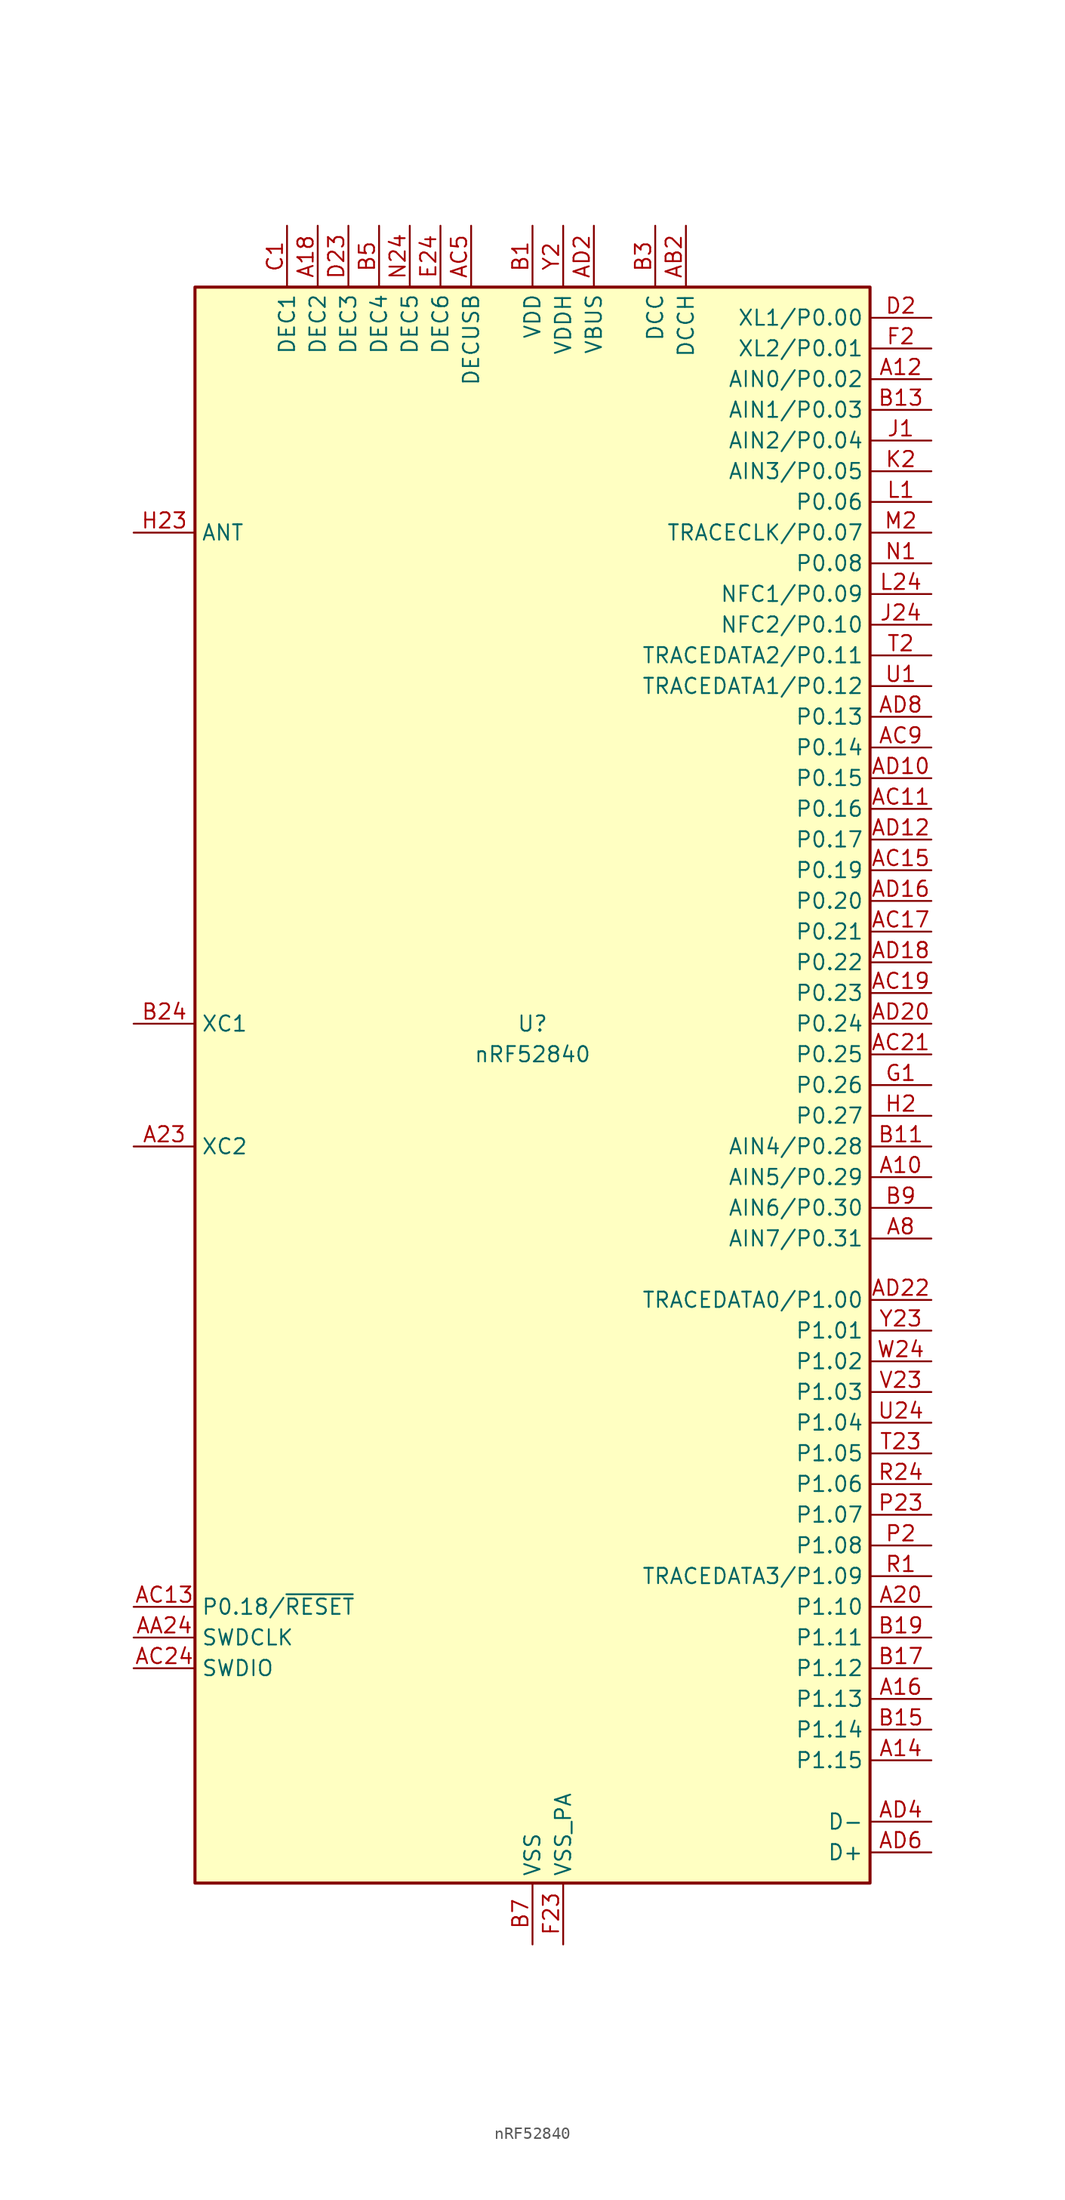
<source format=kicad_sym>
(kicad_symbol_lib
  (version 20220914)
  (generator kicad_symbol_editor)
  (symbol "nRF52840"
    (property "Reference" "U"
      (at 0 5.08 0)
      (effects (font (size 1.27 1.27))))
    (property "Value" "nRF52840"
      (at 0 2.54 0)
      (effects (font (size 1.27 1.27))))
    (symbol "nRF52840_0_1"
      (rectangle (start -27.94 66.04) (end 27.94 -66.04) (stroke (width 0.254) (type default)) (fill (type background))))
    (symbol "nRF52840_1_1"
      (pin bidirectional line (at 33.02 -7.62 180) (length 5.08) (name "AIN5/P0.29" (effects (font (size 1.27 1.27)))) (number "A10" (effects (font (size 1.27 1.27)))))
      (pin bidirectional line (at 33.02 58.42 180) (length 5.08) (name "AIN0/P0.02" (effects (font (size 1.27 1.27)))) (number "A12" (effects (font (size 1.27 1.27)))))
      (pin bidirectional line (at 33.02 -55.88 180) (length 5.08) (name "P1.15" (effects (font (size 1.27 1.27)))) (number "A14" (effects (font (size 1.27 1.27)))))
      (pin bidirectional line (at 33.02 -50.8 180) (length 5.08) (name "P1.13" (effects (font (size 1.27 1.27)))) (number "A16" (effects (font (size 1.27 1.27)))))
      (pin passive line (at -17.78 71.12 270) (length 5.08) (name "DEC2" (effects (font (size 1.27 1.27)))) (number "A18" (effects (font (size 1.27 1.27)))))
      (pin bidirectional line (at 33.02 -43.18 180) (length 5.08) (name "P1.10" (effects (font (size 1.27 1.27)))) (number "A20" (effects (font (size 1.27 1.27)))))
      (pin passive line (at 0 71.12 270) (length 5.08) hide (name "VDD" (effects (font (size 1.27 1.27)))) (number "A22" (effects (font (size 1.27 1.27)))))
      (pin input line (at -33.02 -5.08 0) (length 5.08) (name "XC2" (effects (font (size 1.27 1.27)))) (number "A23" (effects (font (size 1.27 1.27)))))
      (pin bidirectional line (at 33.02 -12.7 180) (length 5.08) (name "AIN7/P0.31" (effects (font (size 1.27 1.27)))) (number "A8" (effects (font (size 1.27 1.27)))))
      (pin input line (at -33.02 -45.72 0) (length 5.08) (name "SWDCLK" (effects (font (size 1.27 1.27)))) (number "AA24" (effects (font (size 1.27 1.27)))))
      (pin power_out line (at 12.7 71.12 270) (length 5.08) (name "DCCH" (effects (font (size 1.27 1.27)))) (number "AB2" (effects (font (size 1.27 1.27)))))
      (pin bidirectional line (at 33.02 22.86 180) (length 5.08) (name "P0.16" (effects (font (size 1.27 1.27)))) (number "AC11" (effects (font (size 1.27 1.27)))))
      (pin bidirectional line (at -33.02 -43.18 0) (length 5.08) (name "P0.18/~{RESET}" (effects (font (size 1.27 1.27)))) (number "AC13" (effects (font (size 1.27 1.27)))))
      (pin bidirectional line (at 33.02 17.78 180) (length 5.08) (name "P0.19" (effects (font (size 1.27 1.27)))) (number "AC15" (effects (font (size 1.27 1.27)))))
      (pin bidirectional line (at 33.02 12.7 180) (length 5.08) (name "P0.21" (effects (font (size 1.27 1.27)))) (number "AC17" (effects (font (size 1.27 1.27)))))
      (pin bidirectional line (at 33.02 7.62 180) (length 5.08) (name "P0.23" (effects (font (size 1.27 1.27)))) (number "AC19" (effects (font (size 1.27 1.27)))))
      (pin bidirectional line (at 33.02 2.54 180) (length 5.08) (name "P0.25" (effects (font (size 1.27 1.27)))) (number "AC21" (effects (font (size 1.27 1.27)))))
      (pin bidirectional line (at -33.02 -48.26 0) (length 5.08) (name "SWDIO" (effects (font (size 1.27 1.27)))) (number "AC24" (effects (font (size 1.27 1.27)))))
      (pin passive line (at -5.08 71.12 270) (length 5.08) (name "DECUSB" (effects (font (size 1.27 1.27)))) (number "AC5" (effects (font (size 1.27 1.27)))))
      (pin bidirectional line (at 33.02 27.94 180) (length 5.08) (name "P0.14" (effects (font (size 1.27 1.27)))) (number "AC9" (effects (font (size 1.27 1.27)))))
      (pin bidirectional line (at 33.02 25.4 180) (length 5.08) (name "P0.15" (effects (font (size 1.27 1.27)))) (number "AD10" (effects (font (size 1.27 1.27)))))
      (pin bidirectional line (at 33.02 20.32 180) (length 5.08) (name "P0.17" (effects (font (size 1.27 1.27)))) (number "AD12" (effects (font (size 1.27 1.27)))))
      (pin passive line (at 0 71.12 270) (length 5.08) hide (name "VDD" (effects (font (size 1.27 1.27)))) (number "AD14" (effects (font (size 1.27 1.27)))))
      (pin bidirectional line (at 33.02 15.24 180) (length 5.08) (name "P0.20" (effects (font (size 1.27 1.27)))) (number "AD16" (effects (font (size 1.27 1.27)))))
      (pin bidirectional line (at 33.02 10.16 180) (length 5.08) (name "P0.22" (effects (font (size 1.27 1.27)))) (number "AD18" (effects (font (size 1.27 1.27)))))
      (pin power_in line (at 5.08 71.12 270) (length 5.08) (name "VBUS" (effects (font (size 1.27 1.27)))) (number "AD2" (effects (font (size 1.27 1.27)))))
      (pin bidirectional line (at 33.02 5.08 180) (length 5.08) (name "P0.24" (effects (font (size 1.27 1.27)))) (number "AD20" (effects (font (size 1.27 1.27)))))
      (pin bidirectional line (at 33.02 -17.78 180) (length 5.08) (name "TRACEDATA0/P1.00" (effects (font (size 1.27 1.27)))) (number "AD22" (effects (font (size 1.27 1.27)))))
      (pin passive line (at 0 71.12 270) (length 5.08) hide (name "VDD" (effects (font (size 1.27 1.27)))) (number "AD23" (effects (font (size 1.27 1.27)))))
      (pin bidirectional line (at 33.02 -60.96 180) (length 5.08) (name "D-" (effects (font (size 1.27 1.27)))) (number "AD4" (effects (font (size 1.27 1.27)))))
      (pin bidirectional line (at 33.02 -63.5 180) (length 5.08) (name "D+" (effects (font (size 1.27 1.27)))) (number "AD6" (effects (font (size 1.27 1.27)))))
      (pin bidirectional line (at 33.02 30.48 180) (length 5.08) (name "P0.13" (effects (font (size 1.27 1.27)))) (number "AD8" (effects (font (size 1.27 1.27)))))
      (pin power_in line (at 0 71.12 270) (length 5.08) (name "VDD" (effects (font (size 1.27 1.27)))) (number "B1" (effects (font (size 1.27 1.27)))))
      (pin bidirectional line (at 33.02 -5.08 180) (length 5.08) (name "AIN4/P0.28" (effects (font (size 1.27 1.27)))) (number "B11" (effects (font (size 1.27 1.27)))))
      (pin bidirectional line (at 33.02 55.88 180) (length 5.08) (name "AIN1/P0.03" (effects (font (size 1.27 1.27)))) (number "B13" (effects (font (size 1.27 1.27)))))
      (pin bidirectional line (at 33.02 -53.34 180) (length 5.08) (name "P1.14" (effects (font (size 1.27 1.27)))) (number "B15" (effects (font (size 1.27 1.27)))))
      (pin bidirectional line (at 33.02 -48.26 180) (length 5.08) (name "P1.12" (effects (font (size 1.27 1.27)))) (number "B17" (effects (font (size 1.27 1.27)))))
      (pin bidirectional line (at 33.02 -45.72 180) (length 5.08) (name "P1.11" (effects (font (size 1.27 1.27)))) (number "B19" (effects (font (size 1.27 1.27)))))
      (pin input line (at -33.02 5.08 0) (length 5.08) (name "XC1" (effects (font (size 1.27 1.27)))) (number "B24" (effects (font (size 1.27 1.27)))))
      (pin power_out line (at 10.16 71.12 270) (length 5.08) (name "DCC" (effects (font (size 1.27 1.27)))) (number "B3" (effects (font (size 1.27 1.27)))))
      (pin passive line (at -12.7 71.12 270) (length 5.08) (name "DEC4" (effects (font (size 1.27 1.27)))) (number "B5" (effects (font (size 1.27 1.27)))))
      (pin power_in line (at 0 -71.12 90) (length 5.08) (name "VSS" (effects (font (size 1.27 1.27)))) (number "B7" (effects (font (size 1.27 1.27)))))
      (pin bidirectional line (at 33.02 -10.16 180) (length 5.08) (name "AIN6/P0.30" (effects (font (size 1.27 1.27)))) (number "B9" (effects (font (size 1.27 1.27)))))
      (pin passive line (at -20.32 71.12 270) (length 5.08) (name "DEC1" (effects (font (size 1.27 1.27)))) (number "C1" (effects (font (size 1.27 1.27)))))
      (pin bidirectional line (at 33.02 63.5 180) (length 5.08) (name "XL1/P0.00" (effects (font (size 1.27 1.27)))) (number "D2" (effects (font (size 1.27 1.27)))))
      (pin passive line (at -15.24 71.12 270) (length 5.08) (name "DEC3" (effects (font (size 1.27 1.27)))) (number "D23" (effects (font (size 1.27 1.27)))))
      (pin passive line (at -7.62 71.12 270) (length 5.08) (name "DEC6" (effects (font (size 1.27 1.27)))) (number "E24" (effects (font (size 1.27 1.27)))))
      (pin passive line (at 0 -71.12 90) (length 5.08) hide (name "VSS" (effects (font (size 1.27 1.27)))) (number "EP" (effects (font (size 1.27 1.27)))))
      (pin bidirectional line (at 33.02 60.96 180) (length 5.08) (name "XL2/P0.01" (effects (font (size 1.27 1.27)))) (number "F2" (effects (font (size 1.27 1.27)))))
      (pin power_in line (at 2.54 -71.12 90) (length 5.08) (name "VSS_PA" (effects (font (size 1.27 1.27)))) (number "F23" (effects (font (size 1.27 1.27)))))
      (pin bidirectional line (at 33.02 0 180) (length 5.08) (name "P0.26" (effects (font (size 1.27 1.27)))) (number "G1" (effects (font (size 1.27 1.27)))))
      (pin bidirectional line (at 33.02 -2.54 180) (length 5.08) (name "P0.27" (effects (font (size 1.27 1.27)))) (number "H2" (effects (font (size 1.27 1.27)))))
      (pin passive line (at -33.02 45.72 0) (length 5.08) (name "ANT" (effects (font (size 1.27 1.27)))) (number "H23" (effects (font (size 1.27 1.27)))))
      (pin bidirectional line (at 33.02 53.34 180) (length 5.08) (name "AIN2/P0.04" (effects (font (size 1.27 1.27)))) (number "J1" (effects (font (size 1.27 1.27)))))
      (pin bidirectional line (at 33.02 38.1 180) (length 5.08) (name "NFC2/P0.10" (effects (font (size 1.27 1.27)))) (number "J24" (effects (font (size 1.27 1.27)))))
      (pin bidirectional line (at 33.02 50.8 180) (length 5.08) (name "AIN3/P0.05" (effects (font (size 1.27 1.27)))) (number "K2" (effects (font (size 1.27 1.27)))))
      (pin bidirectional line (at 33.02 48.26 180) (length 5.08) (name "P0.06" (effects (font (size 1.27 1.27)))) (number "L1" (effects (font (size 1.27 1.27)))))
      (pin bidirectional line (at 33.02 40.64 180) (length 5.08) (name "NFC1/P0.09" (effects (font (size 1.27 1.27)))) (number "L24" (effects (font (size 1.27 1.27)))))
      (pin bidirectional line (at 33.02 45.72 180) (length 5.08) (name "TRACECLK/P0.07" (effects (font (size 1.27 1.27)))) (number "M2" (effects (font (size 1.27 1.27)))))
      (pin bidirectional line (at 33.02 43.18 180) (length 5.08) (name "P0.08" (effects (font (size 1.27 1.27)))) (number "N1" (effects (font (size 1.27 1.27)))))
      (pin passive line (at -10.16 71.12 270) (length 5.08) (name "DEC5" (effects (font (size 1.27 1.27)))) (number "N24" (effects (font (size 1.27 1.27)))))
      (pin bidirectional line (at 33.02 -38.1 180) (length 5.08) (name "P1.08" (effects (font (size 1.27 1.27)))) (number "P2" (effects (font (size 1.27 1.27)))))
      (pin bidirectional line (at 33.02 -35.56 180) (length 5.08) (name "P1.07" (effects (font (size 1.27 1.27)))) (number "P23" (effects (font (size 1.27 1.27)))))
      (pin bidirectional line (at 33.02 -40.64 180) (length 5.08) (name "TRACEDATA3/P1.09" (effects (font (size 1.27 1.27)))) (number "R1" (effects (font (size 1.27 1.27)))))
      (pin bidirectional line (at 33.02 -33.02 180) (length 5.08) (name "P1.06" (effects (font (size 1.27 1.27)))) (number "R24" (effects (font (size 1.27 1.27)))))
      (pin bidirectional line (at 33.02 35.56 180) (length 5.08) (name "TRACEDATA2/P0.11" (effects (font (size 1.27 1.27)))) (number "T2" (effects (font (size 1.27 1.27)))))
      (pin bidirectional line (at 33.02 -30.48 180) (length 5.08) (name "P1.05" (effects (font (size 1.27 1.27)))) (number "T23" (effects (font (size 1.27 1.27)))))
      (pin bidirectional line (at 33.02 33.02 180) (length 5.08) (name "TRACEDATA1/P0.12" (effects (font (size 1.27 1.27)))) (number "U1" (effects (font (size 1.27 1.27)))))
      (pin bidirectional line (at 33.02 -27.94 180) (length 5.08) (name "P1.04" (effects (font (size 1.27 1.27)))) (number "U24" (effects (font (size 1.27 1.27)))))
      (pin bidirectional line (at 33.02 -25.4 180) (length 5.08) (name "P1.03" (effects (font (size 1.27 1.27)))) (number "V23" (effects (font (size 1.27 1.27)))))
      (pin passive line (at 0 71.12 270) (length 5.08) hide (name "VDD" (effects (font (size 1.27 1.27)))) (number "W1" (effects (font (size 1.27 1.27)))))
      (pin bidirectional line (at 33.02 -22.86 180) (length 5.08) (name "P1.02" (effects (font (size 1.27 1.27)))) (number "W24" (effects (font (size 1.27 1.27)))))
      (pin power_in line (at 2.54 71.12 270) (length 5.08) (name "VDDH" (effects (font (size 1.27 1.27)))) (number "Y2" (effects (font (size 1.27 1.27)))))
      (pin bidirectional line (at 33.02 -20.32 180) (length 5.08) (name "P1.01" (effects (font (size 1.27 1.27)))) (number "Y23" (effects (font (size 1.27 1.27))))))))
</source>
